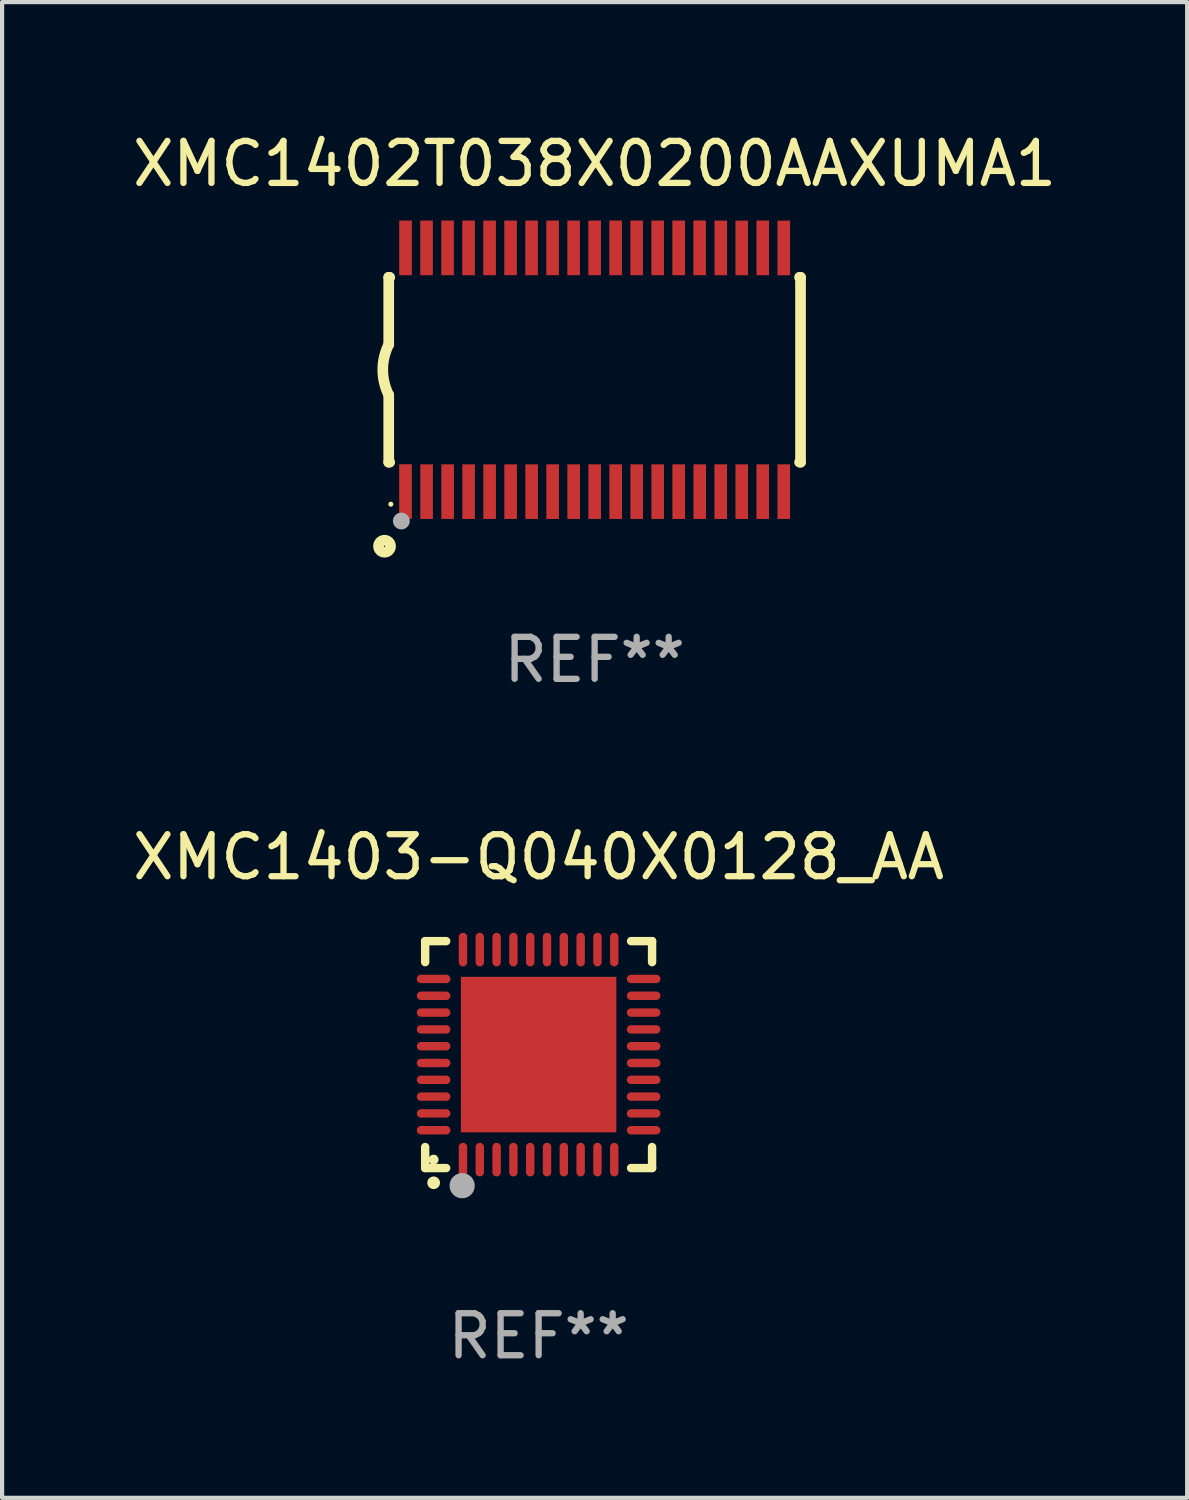
<source format=kicad_pcb>
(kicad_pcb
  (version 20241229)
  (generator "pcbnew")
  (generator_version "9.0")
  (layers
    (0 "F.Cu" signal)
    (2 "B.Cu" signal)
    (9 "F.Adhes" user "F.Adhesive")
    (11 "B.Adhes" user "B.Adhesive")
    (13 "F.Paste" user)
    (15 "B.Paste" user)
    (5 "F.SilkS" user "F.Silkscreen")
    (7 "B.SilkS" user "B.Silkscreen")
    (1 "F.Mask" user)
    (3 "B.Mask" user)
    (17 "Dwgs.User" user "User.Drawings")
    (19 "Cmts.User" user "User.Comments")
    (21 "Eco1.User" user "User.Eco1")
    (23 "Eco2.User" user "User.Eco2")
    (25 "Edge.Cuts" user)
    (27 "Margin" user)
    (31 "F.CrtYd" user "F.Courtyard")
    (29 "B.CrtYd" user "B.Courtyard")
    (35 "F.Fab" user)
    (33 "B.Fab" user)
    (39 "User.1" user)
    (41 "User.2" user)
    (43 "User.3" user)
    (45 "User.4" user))
  (footprint "XMC1402T038X0200AAXUMA1"
    (layer "F.Cu")
    (at 11.101 5.749)
    (property "Reference" "XMC1402T038X0200AAXUMA1" (at 0 -4.901 0) (layer "F.SilkS") (effects (font (size 1 1) (thickness 0.15))))
    (attr through_hole)
    (fp_line (start -4.9 -2.2) (end -4.9 -0.6) (stroke (width 0.254) (type solid)) (layer "F.SilkS"))
    (fp_line (start -4.9 -2.2) (end -4.876 -2.2) (stroke (width 0.254) (type solid)) (layer "F.SilkS"))
    (fp_line (start -4.9 2.2) (end -4.9 0.6) (stroke (width 0.254) (type solid)) (layer "F.SilkS"))
    (fp_line (start -4.9 2.2) (end -4.877 2.2) (stroke (width 0.254) (type solid)) (layer "F.SilkS"))
    (fp_line (start 4.876 -2.2) (end 4.9 -2.2) (stroke (width 0.254) (type solid)) (layer "F.SilkS"))
    (fp_line (start 4.877 2.2) (end 4.9 2.2) (stroke (width 0.254) (type solid)) (layer "F.SilkS"))
    (fp_line (start 4.9 -2.2) (end 4.9 2.2) (stroke (width 0.254) (type solid)) (layer "F.SilkS"))
    (fp_arc (start -4.900051 0.599822) (mid -5.041652 -0.000095) (end -4.9 -0.6) (stroke (width 0.254001) (type solid)) (layer "F.SilkS"))
    (fp_circle (center -5 4.2) (end -4.857 4.2) (stroke (width 0.254) (type solid)) (fill no) (layer "F.SilkS"))
    (fp_circle (center -4.85 3.2) (end -4.82 3.2) (stroke (width 0.06) (type solid)) (fill no) (layer "F.SilkS"))
    (fp_circle (center -4.6 3.6) (end -4.5 3.6) (stroke (width 0.2) (type solid)) (fill no) (layer "F.Fab"))
    (fp_text user "REF**" (at 0 6.901 0) (layer "F.Fab") (effects (font (size 1 1) (thickness 0.15))))
    (pad "1" smd rect (at -4.501 2.899 90) (size 1.3 0.3) (layers "F.Cu" "F.Mask" "F.Paste"))
    (pad "2" smd rect (at -3.999 2.901 90) (size 1.3 0.3) (layers "F.Cu" "F.Mask" "F.Paste"))
    (pad "3" smd rect (at -3.498 2.901 90) (size 1.3 0.3) (layers "F.Cu" "F.Mask" "F.Paste"))
    (pad "4" smd rect (at -2.999 2.901 90) (size 1.3 0.3) (layers "F.Cu" "F.Mask" "F.Paste"))
    (pad "5" smd rect (at -2.499 2.901 90) (size 1.3 0.3) (layers "F.Cu" "F.Mask" "F.Paste"))
    (pad "6" smd rect (at -1.999 2.901 90) (size 1.3 0.3) (layers "F.Cu" "F.Mask" "F.Paste"))
    (pad "7" smd rect (at -1.499 2.901 90) (size 1.3 0.3) (layers "F.Cu" "F.Mask" "F.Paste"))
    (pad "8" smd rect (at -0.999 2.901 90) (size 1.3 0.3) (layers "F.Cu" "F.Mask" "F.Paste"))
    (pad "9" smd rect (at -0.499 2.901 90) (size 1.3 0.3) (layers "F.Cu" "F.Mask" "F.Paste"))
    (pad "10" smd rect (at 0.001 2.901 90) (size 1.3 0.3) (layers "F.Cu" "F.Mask" "F.Paste"))
    (pad "11" smd rect (at 0.501 2.901 90) (size 1.3 0.3) (layers "F.Cu" "F.Mask" "F.Paste"))
    (pad "12" smd rect (at 1.001 2.901 90) (size 1.3 0.3) (layers "F.Cu" "F.Mask" "F.Paste"))
    (pad "13" smd rect (at 1.501 2.901 90) (size 1.3 0.3) (layers "F.Cu" "F.Mask" "F.Paste"))
    (pad "14" smd rect (at 2.001 2.901 90) (size 1.3 0.3) (layers "F.Cu" "F.Mask" "F.Paste"))
    (pad "15" smd rect (at 2.501 2.901 90) (size 1.3 0.3) (layers "F.Cu" "F.Mask" "F.Paste"))
    (pad "16" smd rect (at 3.001 2.901 90) (size 1.3 0.3) (layers "F.Cu" "F.Mask" "F.Paste"))
    (pad "17" smd rect (at 3.501 2.901 90) (size 1.3 0.3) (layers "F.Cu" "F.Mask" "F.Paste"))
    (pad "18" smd rect (at 4.001 2.901 90) (size 1.3 0.3) (layers "F.Cu" "F.Mask" "F.Paste"))
    (pad "19" smd rect (at 4.501 2.901 90) (size 1.3 0.3) (layers "F.Cu" "F.Mask" "F.Paste"))
    (pad "20" smd rect (at 4.501 -2.899 90) (size 1.3 0.3) (layers "F.Cu" "F.Mask" "F.Paste"))
    (pad "21" smd rect (at 4.001 -2.9 90) (size 1.3 0.3) (layers "F.Cu" "F.Mask" "F.Paste"))
    (pad "22" smd rect (at 3.501 -2.899 90) (size 1.3 0.3) (layers "F.Cu" "F.Mask" "F.Paste"))
    (pad "23" smd rect (at 3.002 -2.899 90) (size 1.3 0.3) (layers "F.Cu" "F.Mask" "F.Paste"))
    (pad "24" smd rect (at 2.499 -2.901 90) (size 1.3 0.3) (layers "F.Cu" "F.Mask" "F.Paste"))
    (pad "25" smd rect (at 2 -2.9 90) (size 1.3 0.3) (layers "F.Cu" "F.Mask" "F.Paste"))
    (pad "26" smd rect (at 1.5 -2.9 90) (size 1.3 0.3) (layers "F.Cu" "F.Mask" "F.Paste"))
    (pad "27" smd rect (at 1 -2.9 90) (size 1.3 0.3) (layers "F.Cu" "F.Mask" "F.Paste"))
    (pad "28" smd rect (at 0.5 -2.9 90) (size 1.3 0.3) (layers "F.Cu" "F.Mask" "F.Paste"))
    (pad "29" smd rect (at 0.000127 -2.9 90) (size 1.3 0.3) (layers "F.Cu" "F.Mask" "F.Paste"))
    (pad "30" smd rect (at -0.5 -2.9 90) (size 1.3 0.3) (layers "F.Cu" "F.Mask" "F.Paste"))
    (pad "31" smd rect (at -1 -2.9 90) (size 1.3 0.3) (layers "F.Cu" "F.Mask" "F.Paste"))
    (pad "32" smd rect (at -1.5 -2.9 90) (size 1.3 0.3) (layers "F.Cu" "F.Mask" "F.Paste"))
    (pad "33" smd rect (at -2 -2.9 90) (size 1.3 0.3) (layers "F.Cu" "F.Mask" "F.Paste"))
    (pad "34" smd rect (at -2.5 -2.9 90) (size 1.3 0.3) (layers "F.Cu" "F.Mask" "F.Paste"))
    (pad "35" smd rect (at -3 -2.9 90) (size 1.3 0.3) (layers "F.Cu" "F.Mask" "F.Paste"))
    (pad "36" smd rect (at -3.5 -2.9 90) (size 1.3 0.3) (layers "F.Cu" "F.Mask" "F.Paste"))
    (pad "37" smd rect (at -4 -2.9 90) (size 1.3 0.3) (layers "F.Cu" "F.Mask" "F.Paste"))
    (pad "38" smd rect (at -4.5 -2.9 90) (size 1.3 0.3) (layers "F.Cu" "F.Mask" "F.Paste")))
  (footprint "XMC1403-Q040X0128_AA"
    (layer "F.Cu")
    (at 9.768 22.047)
    (property "Reference" "XMC1403-Q040X0128_AA" (at 0 -4.7 0) (layer "F.SilkS") (effects (font (size 1 1) (thickness 0.15))))
    (attr through_hole)
    (fp_line (start -2.7 -2.7) (end -2.7 -2.2) (stroke (width 0.2) (type solid)) (layer "F.SilkS"))
    (fp_line (start -2.7 2.7) (end -2.7 2.2) (stroke (width 0.2) (type solid)) (layer "F.SilkS"))
    (fp_line (start -2.2 -2.7) (end -2.7 -2.7) (stroke (width 0.2) (type solid)) (layer "F.SilkS"))
    (fp_line (start -2.2 2.7) (end -2.7 2.7) (stroke (width 0.2) (type solid)) (layer "F.SilkS"))
    (fp_line (start 2.7 -2.7) (end 2.2 -2.7) (stroke (width 0.2) (type solid)) (layer "F.SilkS"))
    (fp_line (start 2.7 -2.2) (end 2.7 -2.7) (stroke (width 0.2) (type solid)) (layer "F.SilkS"))
    (fp_line (start 2.7 2.2) (end 2.7 2.7) (stroke (width 0.2) (type solid)) (layer "F.SilkS"))
    (fp_line (start 2.7 2.7) (end 2.2 2.7) (stroke (width 0.2) (type solid)) (layer "F.SilkS"))
    (fp_arc (start -2.499365 3.050546) (mid -2.498095 3.050541) (end -2.496825 3.050546) (stroke (width 0.3) (type solid)) (layer "F.SilkS"))
    (fp_circle (center -2.5 2.5) (end -2.44 2.5) (stroke (width 0.12) (type solid)) (fill no) (layer "F.SilkS"))
    (fp_circle (center -1.82 3.12) (end -1.67 3.12) (stroke (width 0.3) (type solid)) (fill no) (layer "F.Fab"))
    (fp_text user "REF**" (at 0 6.7 0) (layer "F.Fab") (effects (font (size 1 1) (thickness 0.15))))
    (pad "1" smd oval (at -1.8 2.499) (size 0.2 0.8) (layers "F.Cu" "F.Mask" "F.Paste"))
    (pad "2" smd oval (at -1.4 2.499) (size 0.2 0.8) (layers "F.Cu" "F.Mask" "F.Paste"))
    (pad "3" smd oval (at -1 2.499) (size 0.2 0.8) (layers "F.Cu" "F.Mask" "F.Paste"))
    (pad "4" smd oval (at -0.6 2.499) (size 0.2 0.8) (layers "F.Cu" "F.Mask" "F.Paste"))
    (pad "5" smd oval (at -0.2 2.499) (size 0.2 0.8) (layers "F.Cu" "F.Mask" "F.Paste"))
    (pad "6" smd oval (at 0.2 2.499) (size 0.2 0.8) (layers "F.Cu" "F.Mask" "F.Paste"))
    (pad "7" smd oval (at 0.6 2.499) (size 0.2 0.8) (layers "F.Cu" "F.Mask" "F.Paste"))
    (pad "8" smd oval (at 1 2.499) (size 0.2 0.8) (layers "F.Cu" "F.Mask" "F.Paste"))
    (pad "9" smd oval (at 1.4 2.499) (size 0.2 0.8) (layers "F.Cu" "F.Mask" "F.Paste"))
    (pad "10" smd oval (at 1.8 2.499) (size 0.2 0.8) (layers "F.Cu" "F.Mask" "F.Paste"))
    (pad "11" smd oval (at 2.499 1.8) (size 0.8 0.2) (layers "F.Cu" "F.Mask" "F.Paste"))
    (pad "12" smd oval (at 2.499 1.4) (size 0.8 0.2) (layers "F.Cu" "F.Mask" "F.Paste"))
    (pad "13" smd oval (at 2.499 1) (size 0.8 0.2) (layers "F.Cu" "F.Mask" "F.Paste"))
    (pad "14" smd oval (at 2.499 0.6) (size 0.8 0.2) (layers "F.Cu" "F.Mask" "F.Paste"))
    (pad "15" smd oval (at 2.499 0.2) (size 0.8 0.2) (layers "F.Cu" "F.Mask" "F.Paste"))
    (pad "16" smd oval (at 2.499 -0.2) (size 0.8 0.2) (layers "F.Cu" "F.Mask" "F.Paste"))
    (pad "17" smd oval (at 2.499 -0.6) (size 0.8 0.2) (layers "F.Cu" "F.Mask" "F.Paste"))
    (pad "18" smd oval (at 2.499 -1) (size 0.8 0.2) (layers "F.Cu" "F.Mask" "F.Paste"))
    (pad "19" smd oval (at 2.499 -1.4) (size 0.8 0.2) (layers "F.Cu" "F.Mask" "F.Paste"))
    (pad "20" smd oval (at 2.499 -1.8) (size 0.8 0.2) (layers "F.Cu" "F.Mask" "F.Paste"))
    (pad "21" smd oval (at 1.8 -2.499) (size 0.2 0.8) (layers "F.Cu" "F.Mask" "F.Paste"))
    (pad "22" smd oval (at 1.4 -2.499) (size 0.2 0.8) (layers "F.Cu" "F.Mask" "F.Paste"))
    (pad "23" smd oval (at 1 -2.499) (size 0.2 0.8) (layers "F.Cu" "F.Mask" "F.Paste"))
    (pad "24" smd oval (at 0.6 -2.499) (size 0.2 0.8) (layers "F.Cu" "F.Mask" "F.Paste"))
    (pad "25" smd oval (at 0.2 -2.499) (size 0.2 0.8) (layers "F.Cu" "F.Mask" "F.Paste"))
    (pad "26" smd oval (at -0.2 -2.499) (size 0.2 0.8) (layers "F.Cu" "F.Mask" "F.Paste"))
    (pad "27" smd oval (at -0.6 -2.499) (size 0.2 0.8) (layers "F.Cu" "F.Mask" "F.Paste"))
    (pad "28" smd oval (at -1 -2.499) (size 0.2 0.8) (layers "F.Cu" "F.Mask" "F.Paste"))
    (pad "29" smd oval (at -1.4 -2.499) (size 0.2 0.8) (layers "F.Cu" "F.Mask" "F.Paste"))
    (pad "30" smd oval (at -1.8 -2.499) (size 0.2 0.8) (layers "F.Cu" "F.Mask" "F.Paste"))
    (pad "31" smd oval (at -2.499 -1.8) (size 0.8 0.2) (layers "F.Cu" "F.Mask" "F.Paste"))
    (pad "32" smd oval (at -2.499 -1.4) (size 0.8 0.2) (layers "F.Cu" "F.Mask" "F.Paste"))
    (pad "33" smd oval (at -2.499 -1) (size 0.8 0.2) (layers "F.Cu" "F.Mask" "F.Paste"))
    (pad "34" smd oval (at -2.499 -0.6) (size 0.8 0.2) (layers "F.Cu" "F.Mask" "F.Paste"))
    (pad "35" smd oval (at -2.499 -0.2) (size 0.8 0.2) (layers "F.Cu" "F.Mask" "F.Paste"))
    (pad "36" smd oval (at -2.499 0.2) (size 0.8 0.2) (layers "F.Cu" "F.Mask" "F.Paste"))
    (pad "37" smd oval (at -2.499 0.6) (size 0.8 0.2) (layers "F.Cu" "F.Mask" "F.Paste"))
    (pad "38" smd oval (at -2.499 1) (size 0.8 0.2) (layers "F.Cu" "F.Mask" "F.Paste"))
    (pad "39" smd oval (at -2.499 1.4) (size 0.8 0.2) (layers "F.Cu" "F.Mask" "F.Paste"))
    (pad "40" smd oval (at -2.499 1.8) (size 0.8 0.2) (layers "F.Cu" "F.Mask" "F.Paste"))
    (pad "41" smd rect (at 0 0) (size 3.7 3.7) (layers "F.Cu" "F.Mask" "F.Paste")))
  (gr_rect
    (start -3 -3)
    (end 25.202 32.595)
    (stroke (width 0.1) (type default))
    (fill no)
    (layer "Edge.Cuts")))
</source>
